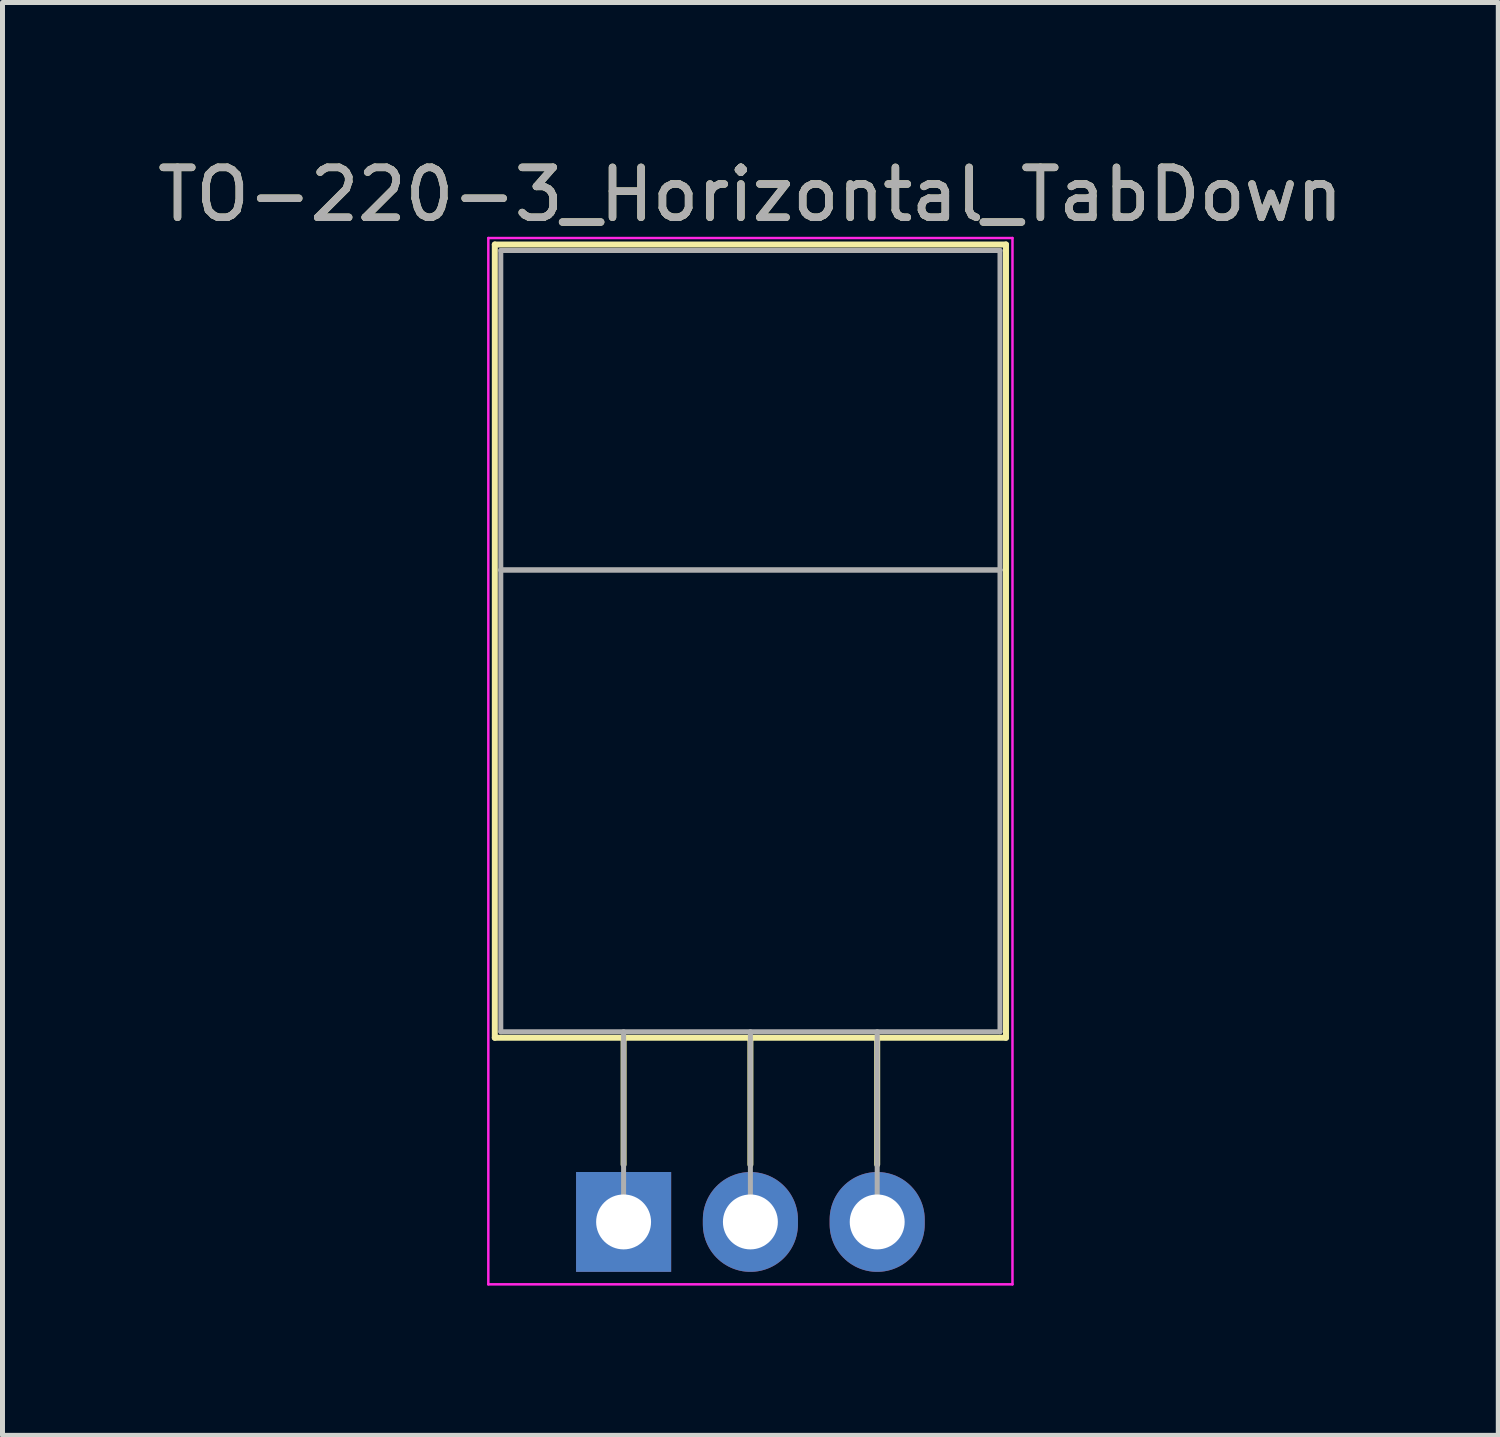
<source format=kicad_pcb>
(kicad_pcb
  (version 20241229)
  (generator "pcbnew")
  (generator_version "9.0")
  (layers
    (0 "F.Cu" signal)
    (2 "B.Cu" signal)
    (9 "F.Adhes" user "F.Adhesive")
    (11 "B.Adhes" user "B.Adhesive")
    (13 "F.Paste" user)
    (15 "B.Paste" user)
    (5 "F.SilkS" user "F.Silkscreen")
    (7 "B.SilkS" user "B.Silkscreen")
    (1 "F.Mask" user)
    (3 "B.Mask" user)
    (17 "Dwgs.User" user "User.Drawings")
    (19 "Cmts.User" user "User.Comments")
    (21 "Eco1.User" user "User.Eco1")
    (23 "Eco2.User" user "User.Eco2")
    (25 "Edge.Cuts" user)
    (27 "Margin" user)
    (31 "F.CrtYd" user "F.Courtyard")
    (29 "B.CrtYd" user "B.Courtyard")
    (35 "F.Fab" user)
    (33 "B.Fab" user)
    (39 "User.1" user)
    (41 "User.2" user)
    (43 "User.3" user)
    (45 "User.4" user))
  (footprint "TO-220-3_Horizontal_TabDown"
    (layer "F.Cu")
    (at 9.442 21.428)
    (property "Reference" "TO-220-3_Horizontal_TabDown" (at 2.54 -20.58 180) (layer "F.SilkS") (effects (font (size 1 1) (thickness 0.15))))
    (attr through_hole)
    (fp_line (start -2.58 -19.58) (end -2.58 -3.69) (stroke (width 0.12) (type solid)) (layer "F.SilkS"))
    (fp_line (start -2.58 -19.58) (end 7.66 -19.58) (stroke (width 0.12) (type solid)) (layer "F.SilkS"))
    (fp_line (start -2.58 -3.69) (end 7.66 -3.69) (stroke (width 0.12) (type solid)) (layer "F.SilkS"))
    (fp_line (start 0 -3.69) (end 0 -1.15) (stroke (width 0.12) (type solid)) (layer "F.SilkS"))
    (fp_line (start 2.54 -3.69) (end 2.54 -1.15) (stroke (width 0.12) (type solid)) (layer "F.SilkS"))
    (fp_line (start 5.08 -3.69) (end 5.08 -1.15) (stroke (width 0.12) (type solid)) (layer "F.SilkS"))
    (fp_line (start 7.66 -19.58) (end 7.66 -3.69) (stroke (width 0.12) (type solid)) (layer "F.SilkS"))
    (fp_line (start -2.71 -19.71) (end -2.71 1.25) (stroke (width 0.05) (type solid)) (layer "F.CrtYd"))
    (fp_line (start -2.71 1.25) (end 7.79 1.25) (stroke (width 0.05) (type solid)) (layer "F.CrtYd"))
    (fp_line (start 7.79 -19.71) (end -2.71 -19.71) (stroke (width 0.05) (type solid)) (layer "F.CrtYd"))
    (fp_line (start 7.79 1.25) (end 7.79 -19.71) (stroke (width 0.05) (type solid)) (layer "F.CrtYd"))
    (fp_line (start -2.46 -19.46) (end 7.54 -19.46) (stroke (width 0.1) (type solid)) (layer "F.Fab"))
    (fp_line (start -2.46 -13.06) (end -2.46 -19.46) (stroke (width 0.1) (type solid)) (layer "F.Fab"))
    (fp_line (start -2.46 -13.06) (end 7.54 -13.06) (stroke (width 0.1) (type solid)) (layer "F.Fab"))
    (fp_line (start -2.46 -3.81) (end -2.46 -13.06) (stroke (width 0.1) (type solid)) (layer "F.Fab"))
    (fp_line (start 0 -3.81) (end 0 0) (stroke (width 0.1) (type solid)) (layer "F.Fab"))
    (fp_line (start 2.54 -3.81) (end 2.54 0) (stroke (width 0.1) (type solid)) (layer "F.Fab"))
    (fp_line (start 5.08 -3.81) (end 5.08 0) (stroke (width 0.1) (type solid)) (layer "F.Fab"))
    (fp_line (start 7.54 -19.46) (end 7.54 -13.06) (stroke (width 0.1) (type solid)) (layer "F.Fab"))
    (fp_line (start 7.54 -13.06) (end -2.46 -13.06) (stroke (width 0.1) (type solid)) (layer "F.Fab"))
    (fp_line (start 7.54 -13.06) (end 7.54 -3.81) (stroke (width 0.1) (type solid)) (layer "F.Fab"))
    (fp_line (start 7.54 -3.81) (end -2.46 -3.81) (stroke (width 0.1) (type solid)) (layer "F.Fab"))
    (fp_text user "${REFERENCE}" (at 2.54 -20.58 180) (layer "F.Fab") (effects (font (size 1 1) (thickness 0.15))))
    (pad "1" thru_hole rect (at 0 0) (size 1.905 2) (drill 1.1) (layers "*.Cu" "*.Mask"))
    (pad "2" thru_hole oval (at 2.54 0) (size 1.905 2) (drill 1.1) (layers "*.Cu" "*.Mask"))
    (pad "3" thru_hole oval (at 5.08 0) (size 1.905 2) (drill 1.1) (layers "*.Cu" "*.Mask")))
  (gr_rect
    (start -3 -3)
    (end 26.964 25.703)
    (stroke (width 0.1) (type default))
    (fill no)
    (layer "Edge.Cuts")))
</source>
